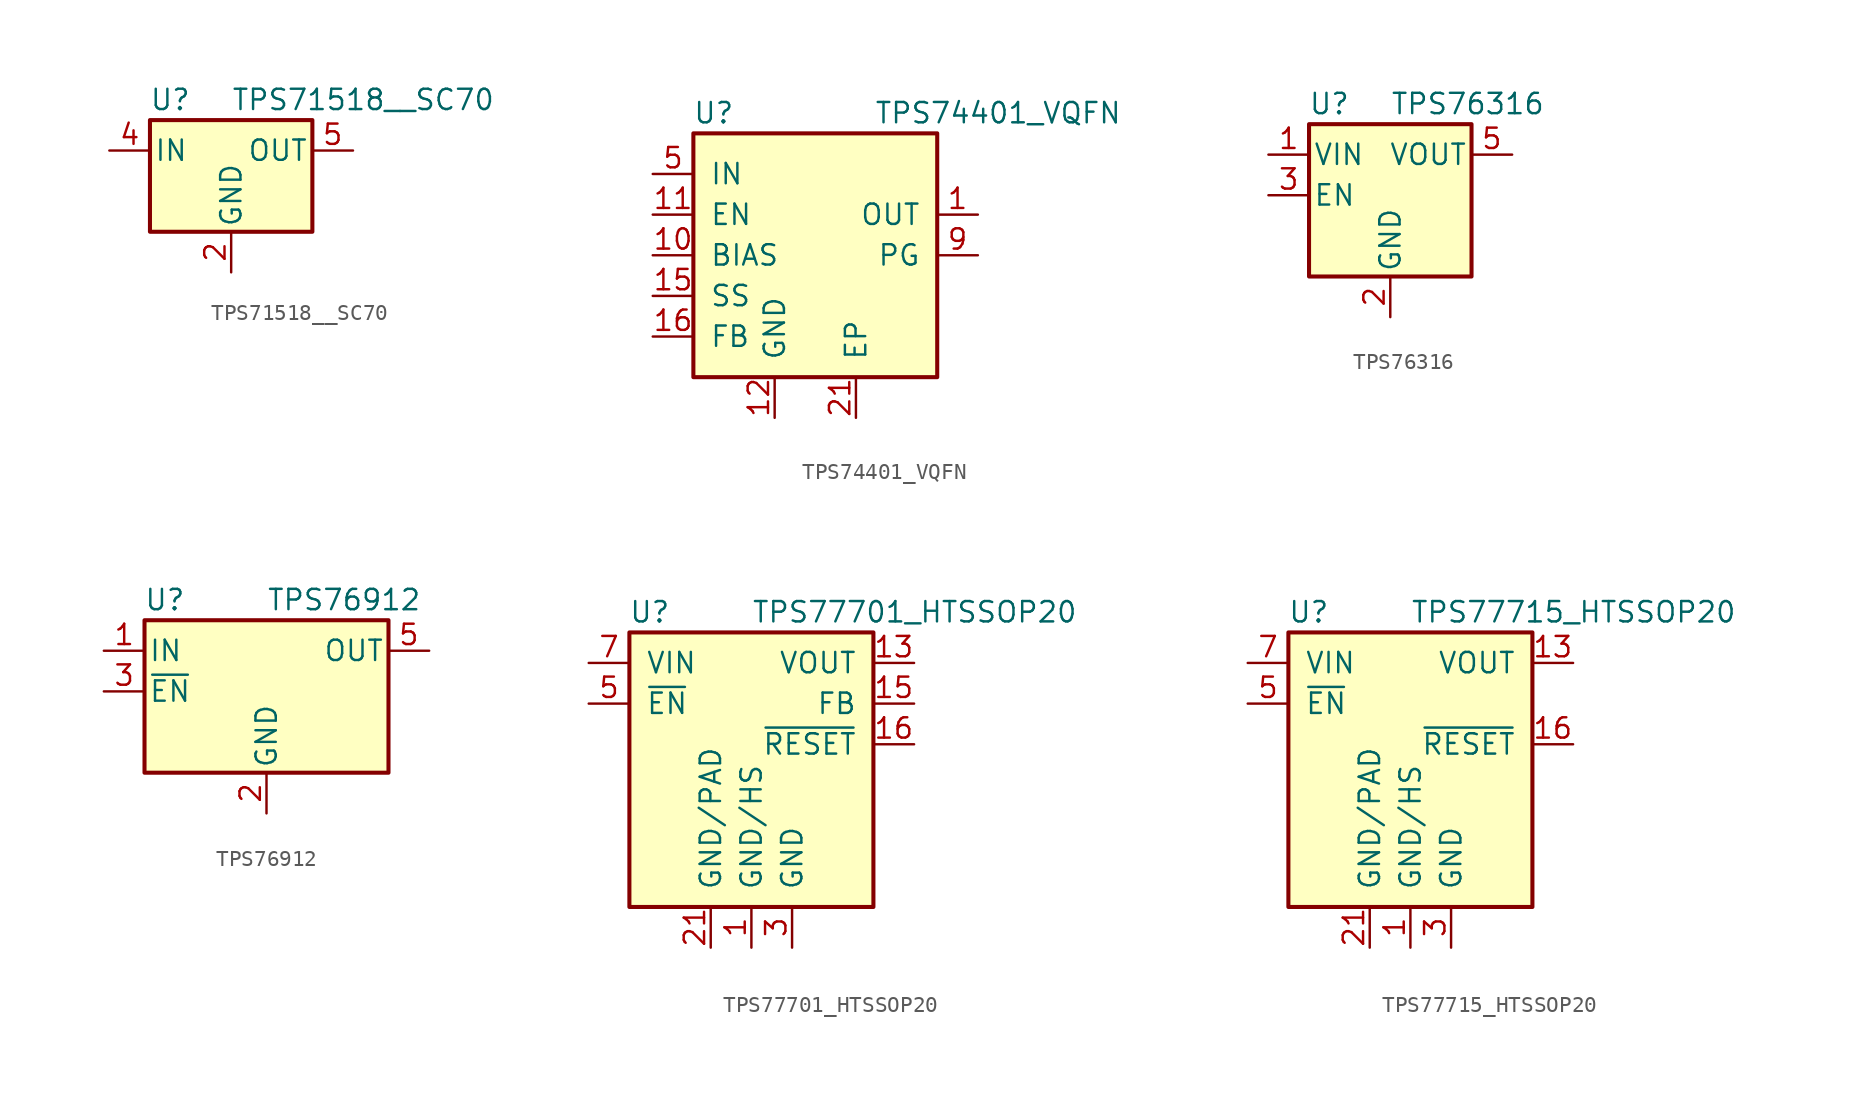
<source format=kicad_sym>
(kicad_symbol_lib
  (version 20211014)
  (generator kicad_symbol_editor)
  (symbol "TPS71518__SC70"
    (pin_names
      (offset 0.254))
    (property "Reference" "U"
      (at -3.81 3.175 0)
      (effects (font (size 1.27 1.27))))
    (property "Value" "TPS71518__SC70"
      (at 0 3.175 0)
      (effects (font (size 1.27 1.27)) (justify left)))
    (symbol "TPS71518__SC70_0_1"
      (rectangle (start -5.08 1.905) (end 5.08 -5.08) (stroke (width 0.254) (type default) (color 0 0 0 0)) (fill (type background))))
    (symbol "TPS71518__SC70_1_1"
      (pin no_connect line (at 5.08 -2.54 180) (length 2.54) hide (name "NC" (effects (font (size 1.27 1.27)))) (number "1" (effects (font (size 1.27 1.27)))))
      (pin power_in line (at 0 -7.62 90) (length 2.54) (name "GND" (effects (font (size 1.27 1.27)))) (number "2" (effects (font (size 1.27 1.27)))))
      (pin no_connect line (at -5.08 -2.54 0) (length 2.54) hide (name "NC" (effects (font (size 1.27 1.27)))) (number "3" (effects (font (size 1.27 1.27)))))
      (pin power_in line (at -7.62 0 0) (length 2.54) (name "IN" (effects (font (size 1.27 1.27)))) (number "4" (effects (font (size 1.27 1.27)))))
      (pin power_out line (at 7.62 0 180) (length 2.54) (name "OUT" (effects (font (size 1.27 1.27)))) (number "5" (effects (font (size 1.27 1.27)))))))
  (symbol "TPS74401_VQFN"
    (pin_names
      (offset 1.016))
    (property "Reference" "U"
      (at -6.35 8.89 0)
      (effects (font (size 1.27 1.27))))
    (property "Value" "TPS74401_VQFN"
      (at 11.43 8.89 0)
      (effects (font (size 1.27 1.27))))
    (symbol "TPS74401_VQFN_0_1"
      (rectangle (start -7.62 7.62) (end 7.62 -7.62) (stroke (width 0.254) (type default) (color 0 0 0 0)) (fill (type background))))
    (symbol "TPS74401_VQFN_1_1"
      (pin power_out line (at 10.16 2.54 180) (length 2.54) (name "OUT" (effects (font (size 1.27 1.27)))) (number "1" (effects (font (size 1.27 1.27)))))
      (pin input line (at -10.16 0 0) (length 2.54) (name "BIAS" (effects (font (size 1.27 1.27)))) (number "10" (effects (font (size 1.27 1.27)))))
      (pin input line (at -10.16 2.54 0) (length 2.54) (name "EN" (effects (font (size 1.27 1.27)))) (number "11" (effects (font (size 1.27 1.27)))))
      (pin power_in line (at -2.54 -10.16 90) (length 2.54) (name "GND" (effects (font (size 1.27 1.27)))) (number "12" (effects (font (size 1.27 1.27)))))
      (pin no_connect line (at 0 -7.62 90) (length 2.54) hide (name "NC" (effects (font (size 1.27 1.27)))) (number "13" (effects (font (size 1.27 1.27)))))
      (pin no_connect line (at 7.62 -5.08 180) (length 2.54) hide (name "NC" (effects (font (size 1.27 1.27)))) (number "14" (effects (font (size 1.27 1.27)))))
      (pin input line (at -10.16 -2.54 0) (length 2.54) (name "SS" (effects (font (size 1.27 1.27)))) (number "15" (effects (font (size 1.27 1.27)))))
      (pin input line (at -10.16 -5.08 0) (length 2.54) (name "FB" (effects (font (size 1.27 1.27)))) (number "16" (effects (font (size 1.27 1.27)))))
      (pin no_connect line (at 7.62 -2.54 180) (length 2.54) hide (name "NC" (effects (font (size 1.27 1.27)))) (number "17" (effects (font (size 1.27 1.27)))))
      (pin passive line (at 10.16 2.54 180) (length 2.54) hide (name "OUT" (effects (font (size 1.27 1.27)))) (number "18" (effects (font (size 1.27 1.27)))))
      (pin passive line (at 10.16 2.54 180) (length 2.54) hide (name "OUT" (effects (font (size 1.27 1.27)))) (number "19" (effects (font (size 1.27 1.27)))))
      (pin no_connect line (at -2.54 7.62 270) (length 2.54) hide (name "NC" (effects (font (size 1.27 1.27)))) (number "2" (effects (font (size 1.27 1.27)))))
      (pin passive line (at 10.16 2.54 180) (length 2.54) hide (name "OUT" (effects (font (size 1.27 1.27)))) (number "20" (effects (font (size 1.27 1.27)))))
      (pin power_in line (at 2.54 -10.16 90) (length 2.54) (name "EP" (effects (font (size 1.27 1.27)))) (number "21" (effects (font (size 1.27 1.27)))))
      (pin no_connect line (at 0 7.62 270) (length 2.54) hide (name "NC" (effects (font (size 1.27 1.27)))) (number "3" (effects (font (size 1.27 1.27)))))
      (pin no_connect line (at 2.54 7.62 270) (length 2.54) hide (name "NC" (effects (font (size 1.27 1.27)))) (number "4" (effects (font (size 1.27 1.27)))))
      (pin power_in line (at -10.16 5.08 0) (length 2.54) (name "IN" (effects (font (size 1.27 1.27)))) (number "5" (effects (font (size 1.27 1.27)))))
      (pin passive line (at -10.16 5.08 0) (length 2.54) hide (name "IN" (effects (font (size 1.27 1.27)))) (number "6" (effects (font (size 1.27 1.27)))))
      (pin passive line (at -10.16 5.08 0) (length 2.54) hide (name "IN" (effects (font (size 1.27 1.27)))) (number "7" (effects (font (size 1.27 1.27)))))
      (pin passive line (at -10.16 5.08 0) (length 2.54) hide (name "IN" (effects (font (size 1.27 1.27)))) (number "8" (effects (font (size 1.27 1.27)))))
      (pin output line (at 10.16 0 180) (length 2.54) (name "PG" (effects (font (size 1.27 1.27)))) (number "9" (effects (font (size 1.27 1.27)))))))
  (symbol "TPS76316"
    (pin_names
      (offset 0.254))
    (property "Reference" "U"
      (at -3.81 5.715 0)
      (effects (font (size 1.27 1.27))))
    (property "Value" "TPS76316"
      (at 0 5.715 0)
      (effects (font (size 1.27 1.27)) (justify left)))
    (symbol "TPS76316_0_1"
      (rectangle (start -5.08 4.445) (end 5.08 -5.08) (stroke (width 0.254) (type default) (color 0 0 0 0)) (fill (type background))))
    (symbol "TPS76316_1_1"
      (pin power_in line (at -7.62 2.54 0) (length 2.54) (name "VIN" (effects (font (size 1.27 1.27)))) (number "1" (effects (font (size 1.27 1.27)))))
      (pin power_in line (at 0 -7.62 90) (length 2.54) (name "GND" (effects (font (size 1.27 1.27)))) (number "2" (effects (font (size 1.27 1.27)))))
      (pin input line (at -7.62 0 0) (length 2.54) (name "EN" (effects (font (size 1.27 1.27)))) (number "3" (effects (font (size 1.27 1.27)))))
      (pin no_connect line (at 5.08 0 180) (length 2.54) hide (name "NC" (effects (font (size 1.27 1.27)))) (number "4" (effects (font (size 1.27 1.27)))))
      (pin power_out line (at 7.62 2.54 180) (length 2.54) (name "VOUT" (effects (font (size 1.27 1.27)))) (number "5" (effects (font (size 1.27 1.27)))))))
  (symbol "TPS76912"
    (pin_names
      (offset 0.254))
    (property "Reference" "U"
      (at -6.35 5.715 0)
      (effects (font (size 1.27 1.27))))
    (property "Value" "TPS76912"
      (at 0 5.715 0)
      (effects (font (size 1.27 1.27)) (justify left)))
    (symbol "TPS76912_0_1"
      (rectangle (start -7.62 4.445) (end 7.62 -5.08) (stroke (width 0.254) (type default) (color 0 0 0 0)) (fill (type background))))
    (symbol "TPS76912_1_1"
      (pin power_in line (at -10.16 2.54 0) (length 2.54) (name "IN" (effects (font (size 1.27 1.27)))) (number "1" (effects (font (size 1.27 1.27)))))
      (pin power_in line (at 0 -7.62 90) (length 2.54) (name "GND" (effects (font (size 1.27 1.27)))) (number "2" (effects (font (size 1.27 1.27)))))
      (pin input line (at -10.16 0 0) (length 2.54) (name "~{EN}" (effects (font (size 1.27 1.27)))) (number "3" (effects (font (size 1.27 1.27)))))
      (pin no_connect line (at 7.62 0 180) (length 2.54) hide (name "NC" (effects (font (size 1.27 1.27)))) (number "4" (effects (font (size 1.27 1.27)))))
      (pin power_out line (at 10.16 2.54 180) (length 2.54) (name "OUT" (effects (font (size 1.27 1.27)))) (number "5" (effects (font (size 1.27 1.27)))))))
  (symbol "TPS77701_HTSSOP20"
    (pin_names
      (offset 1.016))
    (property "Reference" "U"
      (at -6.35 5.715 0)
      (effects (font (size 1.27 1.27))))
    (property "Value" "TPS77701_HTSSOP20"
      (at 0 5.715 0)
      (effects (font (size 1.27 1.27)) (justify left)))
    (symbol "TPS77701_HTSSOP20_0_1"
      (rectangle (start -7.62 4.445) (end 7.62 -12.7) (stroke (width 0.254) (type default) (color 0 0 0 0)) (fill (type background))))
    (symbol "TPS77701_HTSSOP20_1_1"
      (pin power_in line (at 0 -15.24 90) (length 2.54) (name "GND/HS" (effects (font (size 1.27 1.27)))) (number "1" (effects (font (size 1.27 1.27)))))
      (pin passive line (at 0 -15.24 90) (length 2.54) hide (name "GND/HS" (effects (font (size 1.27 1.27)))) (number "10" (effects (font (size 1.27 1.27)))))
      (pin passive line (at 0 -15.24 90) (length 2.54) hide (name "GND/HS" (effects (font (size 1.27 1.27)))) (number "11" (effects (font (size 1.27 1.27)))))
      (pin passive line (at 0 -15.24 90) (length 2.54) hide (name "GND/HS" (effects (font (size 1.27 1.27)))) (number "12" (effects (font (size 1.27 1.27)))))
      (pin power_out line (at 10.16 2.54 180) (length 2.54) (name "VOUT" (effects (font (size 1.27 1.27)))) (number "13" (effects (font (size 1.27 1.27)))))
      (pin passive line (at 10.16 2.54 180) (length 2.54) hide (name "VOUT" (effects (font (size 1.27 1.27)))) (number "14" (effects (font (size 1.27 1.27)))))
      (pin passive line (at 10.16 0 180) (length 2.54) (name "FB" (effects (font (size 1.27 1.27)))) (number "15" (effects (font (size 1.27 1.27)))))
      (pin open_collector line (at 10.16 -2.54 180) (length 2.54) (name "~{RESET}" (effects (font (size 1.27 1.27)))) (number "16" (effects (font (size 1.27 1.27)))))
      (pin no_connect line (at 7.62 -5.08 180) (length 2.54) hide (name "NC" (effects (font (size 1.27 1.27)))) (number "17" (effects (font (size 1.27 1.27)))))
      (pin no_connect line (at 7.62 -7.62 180) (length 2.54) hide (name "NC" (effects (font (size 1.27 1.27)))) (number "18" (effects (font (size 1.27 1.27)))))
      (pin passive line (at 0 -15.24 90) (length 2.54) hide (name "GND/HS" (effects (font (size 1.27 1.27)))) (number "19" (effects (font (size 1.27 1.27)))))
      (pin passive line (at 0 -15.24 90) (length 2.54) hide (name "GND/HS" (effects (font (size 1.27 1.27)))) (number "2" (effects (font (size 1.27 1.27)))))
      (pin passive line (at 0 -15.24 90) (length 2.54) hide (name "GND/HS" (effects (font (size 1.27 1.27)))) (number "20" (effects (font (size 1.27 1.27)))))
      (pin power_in line (at -2.54 -15.24 90) (length 2.54) (name "GND/PAD" (effects (font (size 1.27 1.27)))) (number "21" (effects (font (size 1.27 1.27)))))
      (pin power_in line (at 2.54 -15.24 90) (length 2.54) (name "GND" (effects (font (size 1.27 1.27)))) (number "3" (effects (font (size 1.27 1.27)))))
      (pin no_connect line (at -7.62 -2.54 0) (length 2.54) hide (name "NC" (effects (font (size 1.27 1.27)))) (number "4" (effects (font (size 1.27 1.27)))))
      (pin input line (at -10.16 0 0) (length 2.54) (name "~{EN}" (effects (font (size 1.27 1.27)))) (number "5" (effects (font (size 1.27 1.27)))))
      (pin passive line (at -10.16 2.54 0) (length 2.54) hide (name "VIN" (effects (font (size 1.27 1.27)))) (number "6" (effects (font (size 1.27 1.27)))))
      (pin power_in line (at -10.16 2.54 0) (length 2.54) (name "VIN" (effects (font (size 1.27 1.27)))) (number "7" (effects (font (size 1.27 1.27)))))
      (pin no_connect line (at -7.62 -5.08 0) (length 2.54) hide (name "NC" (effects (font (size 1.27 1.27)))) (number "8" (effects (font (size 1.27 1.27)))))
      (pin passive line (at 0 -15.24 90) (length 2.54) hide (name "GND/HS" (effects (font (size 1.27 1.27)))) (number "9" (effects (font (size 1.27 1.27)))))))
  (symbol "TPS77715_HTSSOP20"
    (pin_names
      (offset 1.016))
    (property "Reference" "U"
      (at -6.35 5.715 0)
      (effects (font (size 1.27 1.27))))
    (property "Value" "TPS77715_HTSSOP20"
      (at 0 5.715 0)
      (effects (font (size 1.27 1.27)) (justify left)))
    (symbol "TPS77715_HTSSOP20_0_1"
      (rectangle (start -7.62 4.445) (end 7.62 -12.7) (stroke (width 0.254) (type default) (color 0 0 0 0)) (fill (type background))))
    (symbol "TPS77715_HTSSOP20_1_1"
      (pin power_in line (at 0 -15.24 90) (length 2.54) (name "GND/HS" (effects (font (size 1.27 1.27)))) (number "1" (effects (font (size 1.27 1.27)))))
      (pin passive line (at 0 -15.24 90) (length 2.54) hide (name "GND/HS" (effects (font (size 1.27 1.27)))) (number "10" (effects (font (size 1.27 1.27)))))
      (pin passive line (at 0 -15.24 90) (length 2.54) hide (name "GND/HS" (effects (font (size 1.27 1.27)))) (number "11" (effects (font (size 1.27 1.27)))))
      (pin passive line (at 0 -15.24 90) (length 2.54) hide (name "GND/HS" (effects (font (size 1.27 1.27)))) (number "12" (effects (font (size 1.27 1.27)))))
      (pin power_out line (at 10.16 2.54 180) (length 2.54) (name "VOUT" (effects (font (size 1.27 1.27)))) (number "13" (effects (font (size 1.27 1.27)))))
      (pin passive line (at 10.16 2.54 180) (length 2.54) hide (name "VOUT" (effects (font (size 1.27 1.27)))) (number "14" (effects (font (size 1.27 1.27)))))
      (pin no_connect line (at 7.62 0 180) (length 2.54) hide (name "NC" (effects (font (size 1.27 1.27)))) (number "15" (effects (font (size 1.27 1.27)))))
      (pin open_collector line (at 10.16 -2.54 180) (length 2.54) (name "~{RESET}" (effects (font (size 1.27 1.27)))) (number "16" (effects (font (size 1.27 1.27)))))
      (pin no_connect line (at 7.62 -5.08 180) (length 2.54) hide (name "NC" (effects (font (size 1.27 1.27)))) (number "17" (effects (font (size 1.27 1.27)))))
      (pin no_connect line (at 7.62 -7.62 180) (length 2.54) hide (name "NC" (effects (font (size 1.27 1.27)))) (number "18" (effects (font (size 1.27 1.27)))))
      (pin passive line (at 0 -15.24 90) (length 2.54) hide (name "GND/HS" (effects (font (size 1.27 1.27)))) (number "19" (effects (font (size 1.27 1.27)))))
      (pin passive line (at 0 -15.24 90) (length 2.54) hide (name "GND/HS" (effects (font (size 1.27 1.27)))) (number "2" (effects (font (size 1.27 1.27)))))
      (pin passive line (at 0 -15.24 90) (length 2.54) hide (name "GND/HS" (effects (font (size 1.27 1.27)))) (number "20" (effects (font (size 1.27 1.27)))))
      (pin power_in line (at -2.54 -15.24 90) (length 2.54) (name "GND/PAD" (effects (font (size 1.27 1.27)))) (number "21" (effects (font (size 1.27 1.27)))))
      (pin power_in line (at 2.54 -15.24 90) (length 2.54) (name "GND" (effects (font (size 1.27 1.27)))) (number "3" (effects (font (size 1.27 1.27)))))
      (pin no_connect line (at -7.62 -2.54 0) (length 2.54) hide (name "NC" (effects (font (size 1.27 1.27)))) (number "4" (effects (font (size 1.27 1.27)))))
      (pin input line (at -10.16 0 0) (length 2.54) (name "~{EN}" (effects (font (size 1.27 1.27)))) (number "5" (effects (font (size 1.27 1.27)))))
      (pin passive line (at -10.16 2.54 0) (length 2.54) hide (name "VIN" (effects (font (size 1.27 1.27)))) (number "6" (effects (font (size 1.27 1.27)))))
      (pin power_in line (at -10.16 2.54 0) (length 2.54) (name "VIN" (effects (font (size 1.27 1.27)))) (number "7" (effects (font (size 1.27 1.27)))))
      (pin no_connect line (at -7.62 -5.08 0) (length 2.54) hide (name "NC" (effects (font (size 1.27 1.27)))) (number "8" (effects (font (size 1.27 1.27)))))
      (pin passive line (at 0 -15.24 90) (length 2.54) hide (name "GND/HS" (effects (font (size 1.27 1.27)))) (number "9" (effects (font (size 1.27 1.27))))))))
</source>
